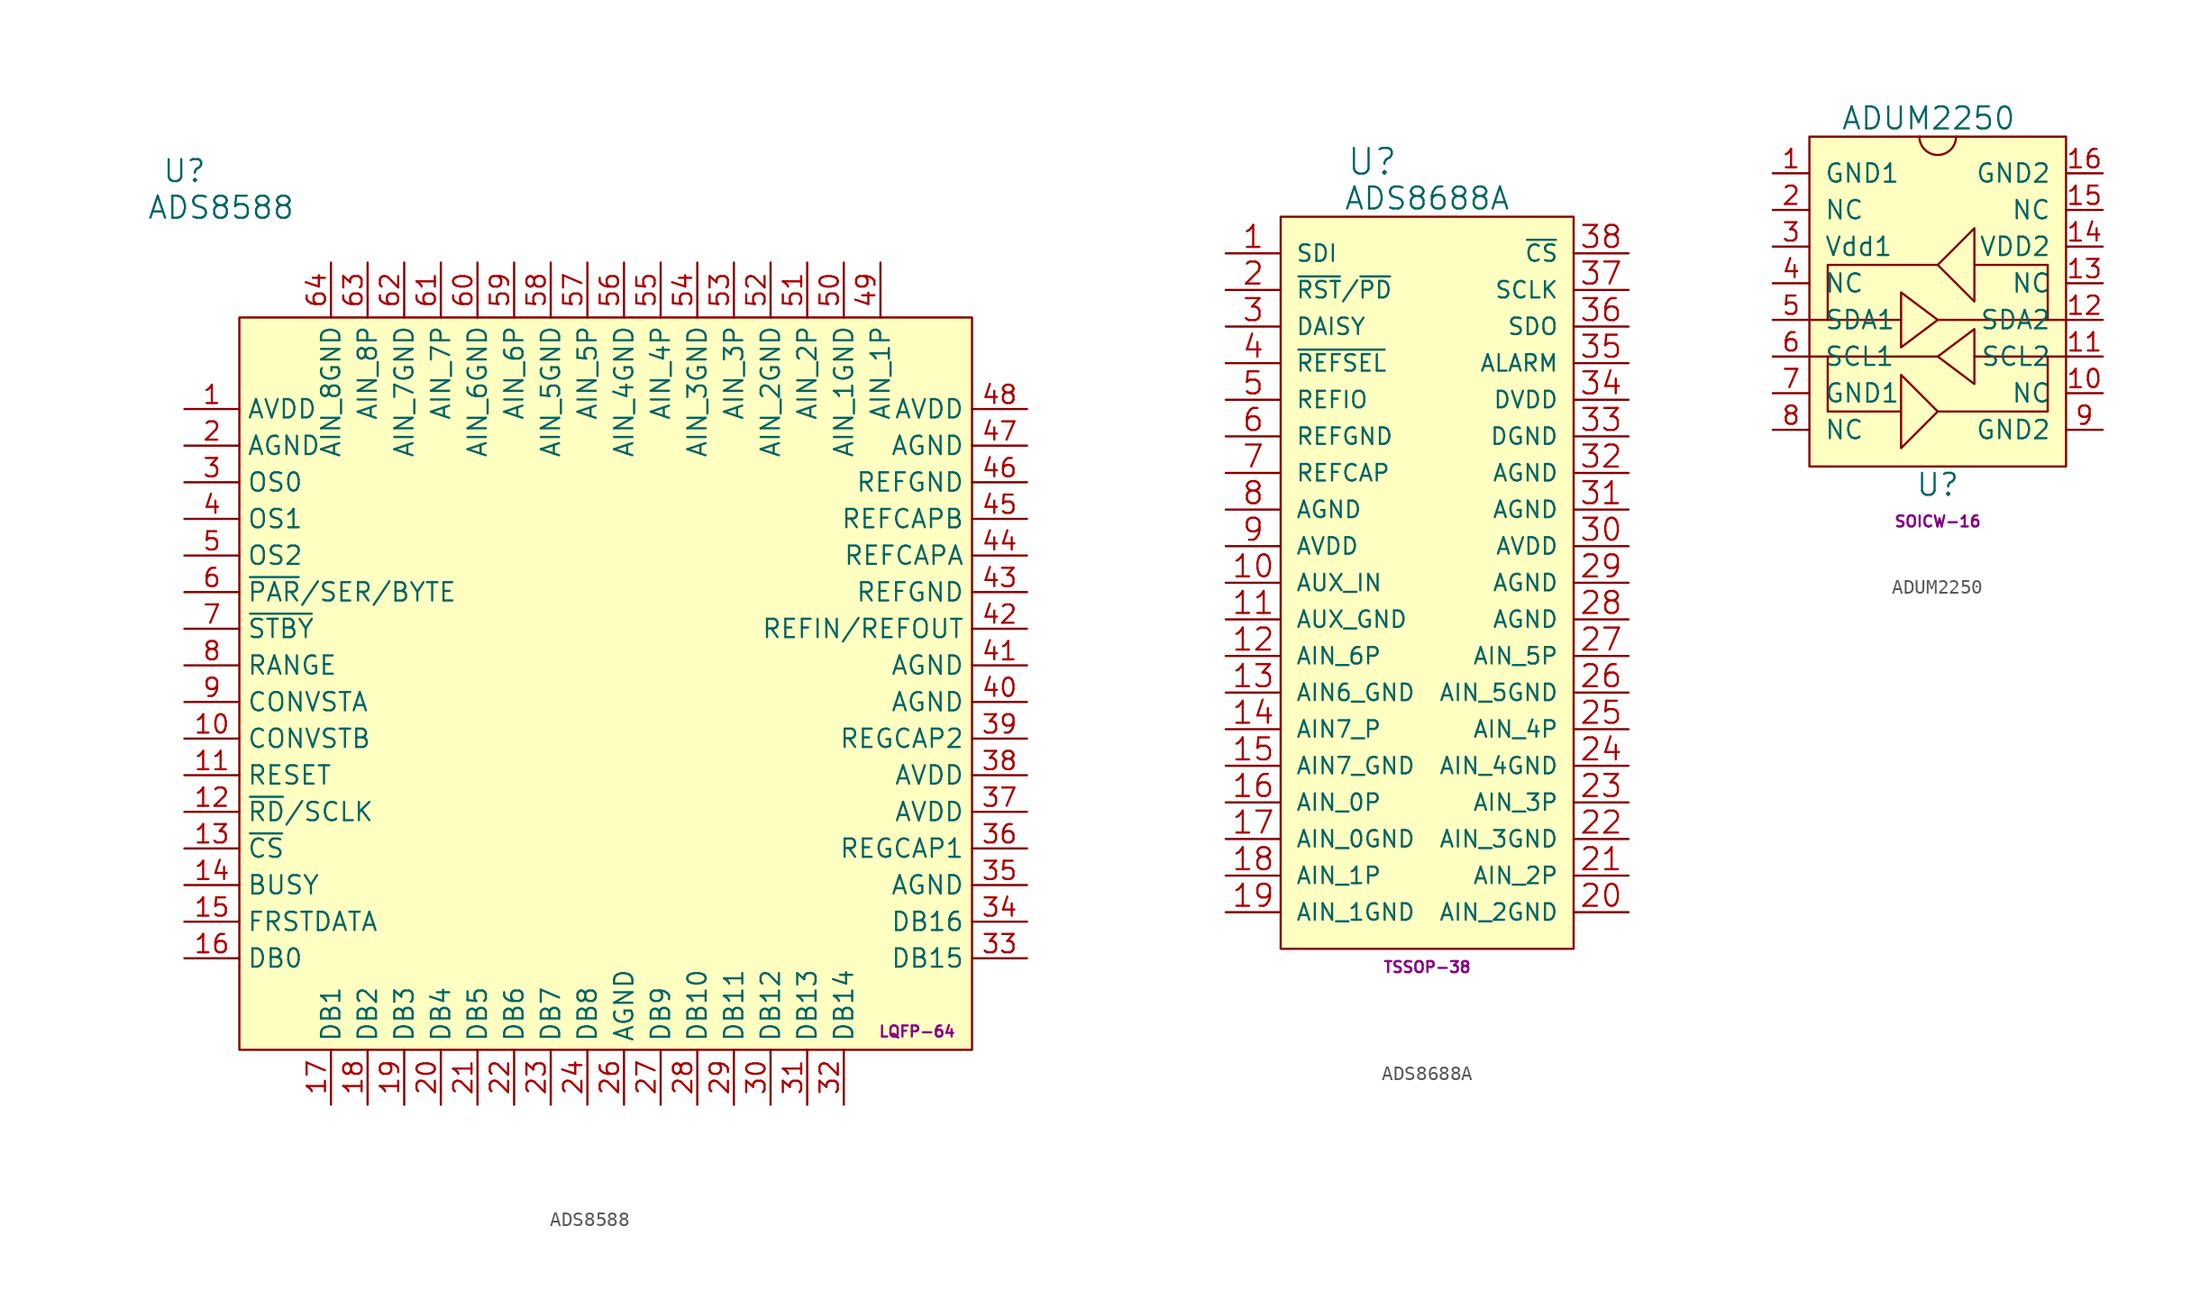
<source format=kicad_sym>
(kicad_symbol_lib
  (version 20220914)
  (generator kicad_symbol_editor)
  (symbol "ADS8588"
    (property "Reference" "U"
      (at -29.21 35.56 0)
      (effects (font (size 1.524 1.524))))
    (property "Value" "ADS8588"
      (at -26.67 33.02 0)
      (effects (font (size 1.524 1.524))))
    (property "Footprint" "LQFP-64"
      (at 21.59 -24.13 0)
      (effects (font (size 0.762 0.762))))
    (symbol "ADS8588_0_1"
      (rectangle (start -25.4 25.4) (end 25.4 -25.4) (stroke (width 0) (type default)) (fill (type background))))
    (symbol "ADS8588_1_1"
      (pin input line (at -29.21 19.05 0) (length 3.81) (name "AVDD" (effects (font (size 1.27 1.27)))) (number "1" (effects (font (size 1.27 1.27)))))
      (pin input line (at -29.21 -3.81 0) (length 3.81) (name "CONVSTB" (effects (font (size 1.27 1.27)))) (number "10" (effects (font (size 1.27 1.27)))))
      (pin input line (at -29.21 -6.35 0) (length 3.81) (name "RESET" (effects (font (size 1.27 1.27)))) (number "11" (effects (font (size 1.27 1.27)))))
      (pin input line (at -29.21 -8.89 0) (length 3.81) (name "~{RD}/SCLK" (effects (font (size 1.27 1.27)))) (number "12" (effects (font (size 1.27 1.27)))))
      (pin input line (at -29.21 -11.43 0) (length 3.81) (name "~{CS}" (effects (font (size 1.27 1.27)))) (number "13" (effects (font (size 1.27 1.27)))))
      (pin input line (at -29.21 -13.97 0) (length 3.81) (name "BUSY" (effects (font (size 1.27 1.27)))) (number "14" (effects (font (size 1.27 1.27)))))
      (pin input line (at -29.21 -16.51 0) (length 3.81) (name "FRSTDATA" (effects (font (size 1.27 1.27)))) (number "15" (effects (font (size 1.27 1.27)))))
      (pin input line (at -29.21 -19.05 0) (length 3.81) (name "DB0" (effects (font (size 1.27 1.27)))) (number "16" (effects (font (size 1.27 1.27)))))
      (pin input line (at -19.05 -29.21 90) (length 3.81) (name "DB1" (effects (font (size 1.27 1.27)))) (number "17" (effects (font (size 1.27 1.27)))))
      (pin input line (at -16.51 -29.21 90) (length 3.81) (name "DB2" (effects (font (size 1.27 1.27)))) (number "18" (effects (font (size 1.27 1.27)))))
      (pin input line (at -13.97 -29.21 90) (length 3.81) (name "DB3" (effects (font (size 1.27 1.27)))) (number "19" (effects (font (size 1.27 1.27)))))
      (pin input line (at -29.21 16.51 0) (length 3.81) (name "AGND" (effects (font (size 1.27 1.27)))) (number "2" (effects (font (size 1.27 1.27)))))
      (pin input line (at -11.43 -29.21 90) (length 3.81) (name "DB4" (effects (font (size 1.27 1.27)))) (number "20" (effects (font (size 1.27 1.27)))))
      (pin input line (at -8.89 -29.21 90) (length 3.81) (name "DB5" (effects (font (size 1.27 1.27)))) (number "21" (effects (font (size 1.27 1.27)))))
      (pin input line (at -6.35 -29.21 90) (length 3.81) (name "DB6" (effects (font (size 1.27 1.27)))) (number "22" (effects (font (size 1.27 1.27)))))
      (pin input line (at -3.81 -29.21 90) (length 3.81) (name "DB7" (effects (font (size 1.27 1.27)))) (number "23" (effects (font (size 1.27 1.27)))))
      (pin input line (at -1.27 -29.21 90) (length 3.81) (name "DB8" (effects (font (size 1.27 1.27)))) (number "24" (effects (font (size 1.27 1.27)))))
      (pin input line (at 1.27 -29.21 90) (length 3.81) (name "AGND" (effects (font (size 1.27 1.27)))) (number "26" (effects (font (size 1.27 1.27)))))
      (pin input line (at 3.81 -29.21 90) (length 3.81) (name "DB9" (effects (font (size 1.27 1.27)))) (number "27" (effects (font (size 1.27 1.27)))))
      (pin input line (at 6.35 -29.21 90) (length 3.81) (name "DB10" (effects (font (size 1.27 1.27)))) (number "28" (effects (font (size 1.27 1.27)))))
      (pin input line (at 8.89 -29.21 90) (length 3.81) (name "DB11" (effects (font (size 1.27 1.27)))) (number "29" (effects (font (size 1.27 1.27)))))
      (pin input line (at -29.21 13.97 0) (length 3.81) (name "OS0" (effects (font (size 1.27 1.27)))) (number "3" (effects (font (size 1.27 1.27)))))
      (pin input line (at 11.43 -29.21 90) (length 3.81) (name "DB12" (effects (font (size 1.27 1.27)))) (number "30" (effects (font (size 1.27 1.27)))))
      (pin input line (at 13.97 -29.21 90) (length 3.81) (name "DB13" (effects (font (size 1.27 1.27)))) (number "31" (effects (font (size 1.27 1.27)))))
      (pin input line (at 16.51 -29.21 90) (length 3.81) (name "DB14" (effects (font (size 1.27 1.27)))) (number "32" (effects (font (size 1.27 1.27)))))
      (pin input line (at 29.21 -19.05 180) (length 3.81) (name "DB15" (effects (font (size 1.27 1.27)))) (number "33" (effects (font (size 1.27 1.27)))))
      (pin input line (at 29.21 -16.51 180) (length 3.81) (name "DB16" (effects (font (size 1.27 1.27)))) (number "34" (effects (font (size 1.27 1.27)))))
      (pin input line (at 29.21 -13.97 180) (length 3.81) (name "AGND" (effects (font (size 1.27 1.27)))) (number "35" (effects (font (size 1.27 1.27)))))
      (pin input line (at 29.21 -11.43 180) (length 3.81) (name "REGCAP1" (effects (font (size 1.27 1.27)))) (number "36" (effects (font (size 1.27 1.27)))))
      (pin input line (at 29.21 -8.89 180) (length 3.81) (name "AVDD" (effects (font (size 1.27 1.27)))) (number "37" (effects (font (size 1.27 1.27)))))
      (pin input line (at 29.21 -6.35 180) (length 3.81) (name "AVDD" (effects (font (size 1.27 1.27)))) (number "38" (effects (font (size 1.27 1.27)))))
      (pin input line (at 29.21 -3.81 180) (length 3.81) (name "REGCAP2" (effects (font (size 1.27 1.27)))) (number "39" (effects (font (size 1.27 1.27)))))
      (pin input line (at -29.21 11.43 0) (length 3.81) (name "OS1" (effects (font (size 1.27 1.27)))) (number "4" (effects (font (size 1.27 1.27)))))
      (pin input line (at 29.21 -1.27 180) (length 3.81) (name "AGND" (effects (font (size 1.27 1.27)))) (number "40" (effects (font (size 1.27 1.27)))))
      (pin input line (at 29.21 1.27 180) (length 3.81) (name "AGND" (effects (font (size 1.27 1.27)))) (number "41" (effects (font (size 1.27 1.27)))))
      (pin input line (at 29.21 3.81 180) (length 3.81) (name "REFIN/REFOUT" (effects (font (size 1.27 1.27)))) (number "42" (effects (font (size 1.27 1.27)))))
      (pin input line (at 29.21 6.35 180) (length 3.81) (name "REFGND" (effects (font (size 1.27 1.27)))) (number "43" (effects (font (size 1.27 1.27)))))
      (pin input line (at 29.21 8.89 180) (length 3.81) (name "REFCAPA" (effects (font (size 1.27 1.27)))) (number "44" (effects (font (size 1.27 1.27)))))
      (pin input line (at 29.21 11.43 180) (length 3.81) (name "REFCAPB" (effects (font (size 1.27 1.27)))) (number "45" (effects (font (size 1.27 1.27)))))
      (pin input line (at 29.21 13.97 180) (length 3.81) (name "REFGND" (effects (font (size 1.27 1.27)))) (number "46" (effects (font (size 1.27 1.27)))))
      (pin input line (at 29.21 16.51 180) (length 3.81) (name "AGND" (effects (font (size 1.27 1.27)))) (number "47" (effects (font (size 1.27 1.27)))))
      (pin input line (at 29.21 19.05 180) (length 3.81) (name "AVDD" (effects (font (size 1.27 1.27)))) (number "48" (effects (font (size 1.27 1.27)))))
      (pin input line (at 19.05 29.21 270) (length 3.81) (name "AIN_1P" (effects (font (size 1.27 1.27)))) (number "49" (effects (font (size 1.27 1.27)))))
      (pin input line (at -29.21 8.89 0) (length 3.81) (name "OS2" (effects (font (size 1.27 1.27)))) (number "5" (effects (font (size 1.27 1.27)))))
      (pin input line (at 16.51 29.21 270) (length 3.81) (name "AIN_1GND" (effects (font (size 1.27 1.27)))) (number "50" (effects (font (size 1.27 1.27)))))
      (pin input line (at 13.97 29.21 270) (length 3.81) (name "AIN_2P" (effects (font (size 1.27 1.27)))) (number "51" (effects (font (size 1.27 1.27)))))
      (pin input line (at 11.43 29.21 270) (length 3.81) (name "AIN_2GND" (effects (font (size 1.27 1.27)))) (number "52" (effects (font (size 1.27 1.27)))))
      (pin input line (at 8.89 29.21 270) (length 3.81) (name "AIN_3P" (effects (font (size 1.27 1.27)))) (number "53" (effects (font (size 1.27 1.27)))))
      (pin input line (at 6.35 29.21 270) (length 3.81) (name "AIN_3GND" (effects (font (size 1.27 1.27)))) (number "54" (effects (font (size 1.27 1.27)))))
      (pin input line (at 3.81 29.21 270) (length 3.81) (name "AIN_4P" (effects (font (size 1.27 1.27)))) (number "55" (effects (font (size 1.27 1.27)))))
      (pin input line (at 1.27 29.21 270) (length 3.81) (name "AIN_4GND" (effects (font (size 1.27 1.27)))) (number "56" (effects (font (size 1.27 1.27)))))
      (pin input line (at -1.27 29.21 270) (length 3.81) (name "AIN_5P" (effects (font (size 1.27 1.27)))) (number "57" (effects (font (size 1.27 1.27)))))
      (pin input line (at -3.81 29.21 270) (length 3.81) (name "AIN_5GND" (effects (font (size 1.27 1.27)))) (number "58" (effects (font (size 1.27 1.27)))))
      (pin input line (at -6.35 29.21 270) (length 3.81) (name "AIN_6P" (effects (font (size 1.27 1.27)))) (number "59" (effects (font (size 1.27 1.27)))))
      (pin input line (at -29.21 6.35 0) (length 3.81) (name "~{PAR}/SER/BYTE" (effects (font (size 1.27 1.27)))) (number "6" (effects (font (size 1.27 1.27)))))
      (pin input line (at -8.89 29.21 270) (length 3.81) (name "AIN_6GND" (effects (font (size 1.27 1.27)))) (number "60" (effects (font (size 1.27 1.27)))))
      (pin input line (at -11.43 29.21 270) (length 3.81) (name "AIN_7P" (effects (font (size 1.27 1.27)))) (number "61" (effects (font (size 1.27 1.27)))))
      (pin input line (at -13.97 29.21 270) (length 3.81) (name "AIN_7GND" (effects (font (size 1.27 1.27)))) (number "62" (effects (font (size 1.27 1.27)))))
      (pin input line (at -16.51 29.21 270) (length 3.81) (name "AIN_8P" (effects (font (size 1.27 1.27)))) (number "63" (effects (font (size 1.27 1.27)))))
      (pin input line (at -19.05 29.21 270) (length 3.81) (name "AIN_8GND" (effects (font (size 1.27 1.27)))) (number "64" (effects (font (size 1.27 1.27)))))
      (pin input line (at -29.21 3.81 0) (length 3.81) (name "~{STBY}" (effects (font (size 1.27 1.27)))) (number "7" (effects (font (size 1.27 1.27)))))
      (pin input line (at -29.21 1.27 0) (length 3.81) (name "RANGE" (effects (font (size 1.27 1.27)))) (number "8" (effects (font (size 1.27 1.27)))))
      (pin input line (at -29.21 -1.27 0) (length 3.81) (name "CONVSTA" (effects (font (size 1.27 1.27)))) (number "9" (effects (font (size 1.27 1.27)))))))
  (symbol "ADS8688A"
    (pin_names
      (offset 1.016))
    (property "Reference" "U"
      (at -3.81 29.21 0)
      (effects (font (size 1.778 1.778))))
    (property "Value" "ADS8688A"
      (at 0 26.67 0)
      (effects (font (size 1.524 1.524))))
    (property "Footprint" "TSSOP-38"
      (at 0 -26.67 0)
      (effects (font (size 0.762 0.762))))
    (property "Datasheet" ""
      (at 2.54 1.27 0)
      (effects (font (size 1.524 1.524))))
    (symbol "ADS8688A_0_1"
      (rectangle (start -10.16 25.4) (end 10.16 -25.4) (stroke (width 0) (type default)) (fill (type background))))
    (symbol "ADS8688A_1_1"
      (pin passive line (at -13.97 22.86 0) (length 3.81) (name "SDI" (effects (font (size 1.143 1.143)))) (number "1" (effects (font (size 1.524 1.524)))))
      (pin passive line (at -13.97 0 0) (length 3.81) (name "AUX_IN" (effects (font (size 1.143 1.143)))) (number "10" (effects (font (size 1.524 1.524)))))
      (pin passive line (at -13.97 -2.54 0) (length 3.81) (name "AUX_GND" (effects (font (size 1.143 1.143)))) (number "11" (effects (font (size 1.524 1.524)))))
      (pin passive line (at -13.97 -5.08 0) (length 3.81) (name "AIN_6P" (effects (font (size 1.143 1.143)))) (number "12" (effects (font (size 1.524 1.524)))))
      (pin passive line (at -13.97 -7.62 0) (length 3.81) (name "AIN6_GND" (effects (font (size 1.143 1.143)))) (number "13" (effects (font (size 1.524 1.524)))))
      (pin passive line (at -13.97 -10.16 0) (length 3.81) (name "AIN7_P" (effects (font (size 1.143 1.143)))) (number "14" (effects (font (size 1.524 1.524)))))
      (pin passive line (at -13.97 -12.7 0) (length 3.81) (name "AIN7_GND" (effects (font (size 1.143 1.143)))) (number "15" (effects (font (size 1.524 1.524)))))
      (pin passive line (at -13.97 -15.24 0) (length 3.81) (name "AIN_0P" (effects (font (size 1.143 1.143)))) (number "16" (effects (font (size 1.524 1.524)))))
      (pin passive line (at -13.97 -17.78 0) (length 3.81) (name "AIN_0GND" (effects (font (size 1.143 1.143)))) (number "17" (effects (font (size 1.524 1.524)))))
      (pin passive line (at -13.97 -20.32 0) (length 3.81) (name "AIN_1P" (effects (font (size 1.143 1.143)))) (number "18" (effects (font (size 1.524 1.524)))))
      (pin passive line (at -13.97 -22.86 0) (length 3.81) (name "AIN_1GND" (effects (font (size 1.143 1.143)))) (number "19" (effects (font (size 1.524 1.524)))))
      (pin passive line (at -13.97 20.32 0) (length 3.81) (name "~{RST}/~{PD}" (effects (font (size 1.143 1.143)))) (number "2" (effects (font (size 1.524 1.524)))))
      (pin passive line (at 13.97 -22.86 180) (length 3.81) (name "AIN_2GND" (effects (font (size 1.143 1.143)))) (number "20" (effects (font (size 1.524 1.524)))))
      (pin passive line (at 13.97 -20.32 180) (length 3.81) (name "AIN_2P" (effects (font (size 1.143 1.143)))) (number "21" (effects (font (size 1.524 1.524)))))
      (pin passive line (at 13.97 -17.78 180) (length 3.81) (name "AIN_3GND" (effects (font (size 1.143 1.143)))) (number "22" (effects (font (size 1.524 1.524)))))
      (pin passive line (at 13.97 -15.24 180) (length 3.81) (name "AIN_3P" (effects (font (size 1.143 1.143)))) (number "23" (effects (font (size 1.524 1.524)))))
      (pin passive line (at 13.97 -12.7 180) (length 3.81) (name "AIN_4GND" (effects (font (size 1.143 1.143)))) (number "24" (effects (font (size 1.524 1.524)))))
      (pin passive line (at 13.97 -10.16 180) (length 3.81) (name "AIN_4P" (effects (font (size 1.143 1.143)))) (number "25" (effects (font (size 1.524 1.524)))))
      (pin passive line (at 13.97 -7.62 180) (length 3.81) (name "AIN_5GND" (effects (font (size 1.143 1.143)))) (number "26" (effects (font (size 1.524 1.524)))))
      (pin passive line (at 13.97 -5.08 180) (length 3.81) (name "AIN_5P" (effects (font (size 1.143 1.143)))) (number "27" (effects (font (size 1.524 1.524)))))
      (pin passive line (at 13.97 -2.54 180) (length 3.81) (name "AGND" (effects (font (size 1.143 1.143)))) (number "28" (effects (font (size 1.524 1.524)))))
      (pin passive line (at 13.97 0 180) (length 3.81) (name "AGND" (effects (font (size 1.143 1.143)))) (number "29" (effects (font (size 1.524 1.524)))))
      (pin passive line (at -13.97 17.78 0) (length 3.81) (name "DAISY" (effects (font (size 1.143 1.143)))) (number "3" (effects (font (size 1.524 1.524)))))
      (pin passive line (at 13.97 2.54 180) (length 3.81) (name "AVDD" (effects (font (size 1.143 1.143)))) (number "30" (effects (font (size 1.524 1.524)))))
      (pin passive line (at 13.97 5.08 180) (length 3.81) (name "AGND" (effects (font (size 1.143 1.143)))) (number "31" (effects (font (size 1.524 1.524)))))
      (pin passive line (at 13.97 7.62 180) (length 3.81) (name "AGND" (effects (font (size 1.143 1.143)))) (number "32" (effects (font (size 1.524 1.524)))))
      (pin passive line (at 13.97 10.16 180) (length 3.81) (name "DGND" (effects (font (size 1.143 1.143)))) (number "33" (effects (font (size 1.524 1.524)))))
      (pin passive line (at 13.97 12.7 180) (length 3.81) (name "DVDD" (effects (font (size 1.143 1.143)))) (number "34" (effects (font (size 1.524 1.524)))))
      (pin passive line (at 13.97 15.24 180) (length 3.81) (name "ALARM" (effects (font (size 1.143 1.143)))) (number "35" (effects (font (size 1.524 1.524)))))
      (pin passive line (at 13.97 17.78 180) (length 3.81) (name "SDO" (effects (font (size 1.143 1.143)))) (number "36" (effects (font (size 1.524 1.524)))))
      (pin passive line (at 13.97 20.32 180) (length 3.81) (name "SCLK" (effects (font (size 1.143 1.143)))) (number "37" (effects (font (size 1.524 1.524)))))
      (pin passive line (at 13.97 22.86 180) (length 3.81) (name "~{CS}" (effects (font (size 1.143 1.143)))) (number "38" (effects (font (size 1.524 1.524)))))
      (pin passive line (at -13.97 15.24 0) (length 3.81) (name "~{REFSEL}" (effects (font (size 1.143 1.143)))) (number "4" (effects (font (size 1.524 1.524)))))
      (pin passive line (at -13.97 12.7 0) (length 3.81) (name "REFIO" (effects (font (size 1.143 1.143)))) (number "5" (effects (font (size 1.524 1.524)))))
      (pin passive line (at -13.97 10.16 0) (length 3.81) (name "REFGND" (effects (font (size 1.143 1.143)))) (number "6" (effects (font (size 1.524 1.524)))))
      (pin passive line (at -13.97 7.62 0) (length 3.81) (name "REFCAP" (effects (font (size 1.143 1.143)))) (number "7" (effects (font (size 1.524 1.524)))))
      (pin passive line (at -13.97 5.08 0) (length 3.81) (name "AGND" (effects (font (size 1.143 1.143)))) (number "8" (effects (font (size 1.524 1.524)))))
      (pin passive line (at -13.97 2.54 0) (length 3.81) (name "AVDD" (effects (font (size 1.143 1.143)))) (number "9" (effects (font (size 1.524 1.524)))))))
  (symbol "ADUM2250"
    (pin_names
      (offset 1.016))
    (property "Reference" "U"
      (at 0 -12.7 0)
      (effects (font (size 1.524 1.524))))
    (property "Value" "ADUM2250"
      (at -0.635 12.7 0)
      (effects (font (size 1.524 1.524))))
    (property "Footprint" "SOICW-16"
      (at 0 -15.24 0)
      (effects (font (size 0.762 0.762))))
    (property "Datasheet" ""
      (at 0 0 0)
      (effects (font (size 1.524 1.524))))
    (symbol "ADUM2250_0_1"
      (arc (start -1.27 11.43) (mid 0 10.1655) (end 1.27 11.43) (stroke (width 0) (type default)) (fill (type none)))
      (polyline (pts (xy -2.54 -1.27) (xy -8.89 -1.27)) (stroke (width 0) (type default)) (fill (type none)))
      (polyline (pts (xy 0 -3.81) (xy -8.89 -3.81)) (stroke (width 0) (type default)) (fill (type none)))
      (polyline (pts (xy 0 -1.27) (xy 8.89 -1.27)) (stroke (width 0) (type default)) (fill (type none)))
      (polyline (pts (xy 8.89 -3.81) (xy 2.54 -3.81)) (stroke (width 0) (type default)) (fill (type none)))
      (polyline (pts (xy 0 -7.62) (xy 7.62 -7.62) (xy 7.62 -3.81)) (stroke (width 0) (type default)) (fill (type none)))
      (polyline (pts (xy 0 2.54) (xy -7.62 2.54) (xy -7.62 -1.27)) (stroke (width 0) (type default)) (fill (type none)))
      (polyline (pts (xy -2.54 -1.27) (xy -2.54 0.635) (xy 0 -1.27) (xy -2.54 -3.175) (xy -2.54 -1.27)) (stroke (width 0) (type default)) (fill (type none)))
      (polyline (pts (xy 2.54 -3.81) (xy 2.54 -1.905) (xy 0 -3.81) (xy 2.54 -5.715) (xy 2.54 -3.81)) (stroke (width 0) (type default)) (fill (type none)))
      (polyline (pts (xy -8.89 11.43) (xy -8.89 -11.43) (xy 8.89 -11.43) (xy 8.89 11.43) (xy -8.89 11.43) (xy -8.89 11.43) (xy -8.89 11.43)) (stroke (width 0) (type default)) (fill (type background)))
      (polyline (pts (xy -7.62 -3.81) (xy -7.62 -7.62) (xy -2.54 -7.62) (xy -2.54 -5.08) (xy 0 -7.62) (xy -2.54 -10.16) (xy -2.54 -7.62)) (stroke (width 0) (type default)) (fill (type none)))
      (polyline (pts (xy 7.62 -1.27) (xy 7.62 2.54) (xy 2.54 2.54) (xy 2.54 5.08) (xy 0 2.54) (xy 2.54 0) (xy 2.54 2.54)) (stroke (width 0) (type default)) (fill (type none))))
    (symbol "ADUM2250_1_1"
      (pin bidirectional line (at -11.43 8.89 0) (length 2.54) (name "GND1" (effects (font (size 1.27 1.27)))) (number "1" (effects (font (size 1.27 1.27)))))
      (pin bidirectional line (at 11.43 -6.35 180) (length 2.54) (name "NC" (effects (font (size 1.27 1.27)))) (number "10" (effects (font (size 1.27 1.27)))))
      (pin bidirectional line (at 11.43 -3.81 180) (length 2.54) (name "SCL2" (effects (font (size 1.27 1.27)))) (number "11" (effects (font (size 1.27 1.27)))))
      (pin bidirectional line (at 11.43 -1.27 180) (length 2.54) (name "SDA2" (effects (font (size 1.27 1.27)))) (number "12" (effects (font (size 1.27 1.27)))))
      (pin bidirectional line (at 11.43 1.27 180) (length 2.54) (name "NC" (effects (font (size 1.27 1.27)))) (number "13" (effects (font (size 1.27 1.27)))))
      (pin bidirectional line (at 11.43 3.81 180) (length 2.54) (name "VDD2" (effects (font (size 1.27 1.27)))) (number "14" (effects (font (size 1.27 1.27)))))
      (pin bidirectional line (at 11.43 6.35 180) (length 2.54) (name "NC" (effects (font (size 1.27 1.27)))) (number "15" (effects (font (size 1.27 1.27)))))
      (pin bidirectional line (at 11.43 8.89 180) (length 2.54) (name "GND2" (effects (font (size 1.27 1.27)))) (number "16" (effects (font (size 1.27 1.27)))))
      (pin bidirectional line (at -11.43 6.35 0) (length 2.54) (name "NC" (effects (font (size 1.27 1.27)))) (number "2" (effects (font (size 1.27 1.27)))))
      (pin bidirectional line (at -11.43 3.81 0) (length 2.54) (name "Vdd1" (effects (font (size 1.27 1.27)))) (number "3" (effects (font (size 1.27 1.27)))))
      (pin bidirectional line (at -11.43 1.27 0) (length 2.54) (name "NC" (effects (font (size 1.27 1.27)))) (number "4" (effects (font (size 1.27 1.27)))))
      (pin bidirectional line (at -11.43 -1.27 0) (length 2.54) (name "SDA1" (effects (font (size 1.27 1.27)))) (number "5" (effects (font (size 1.27 1.27)))))
      (pin bidirectional line (at -11.43 -3.81 0) (length 2.54) (name "SCL1" (effects (font (size 1.27 1.27)))) (number "6" (effects (font (size 1.27 1.27)))))
      (pin bidirectional line (at -11.43 -6.35 0) (length 2.54) (name "GND1" (effects (font (size 1.27 1.27)))) (number "7" (effects (font (size 1.27 1.27)))))
      (pin bidirectional line (at -11.43 -8.89 0) (length 2.54) (name "NC" (effects (font (size 1.27 1.27)))) (number "8" (effects (font (size 1.27 1.27)))))
      (pin bidirectional line (at 11.43 -8.89 180) (length 2.54) (name "GND2" (effects (font (size 1.27 1.27)))) (number "9" (effects (font (size 1.27 1.27))))))))
</source>
